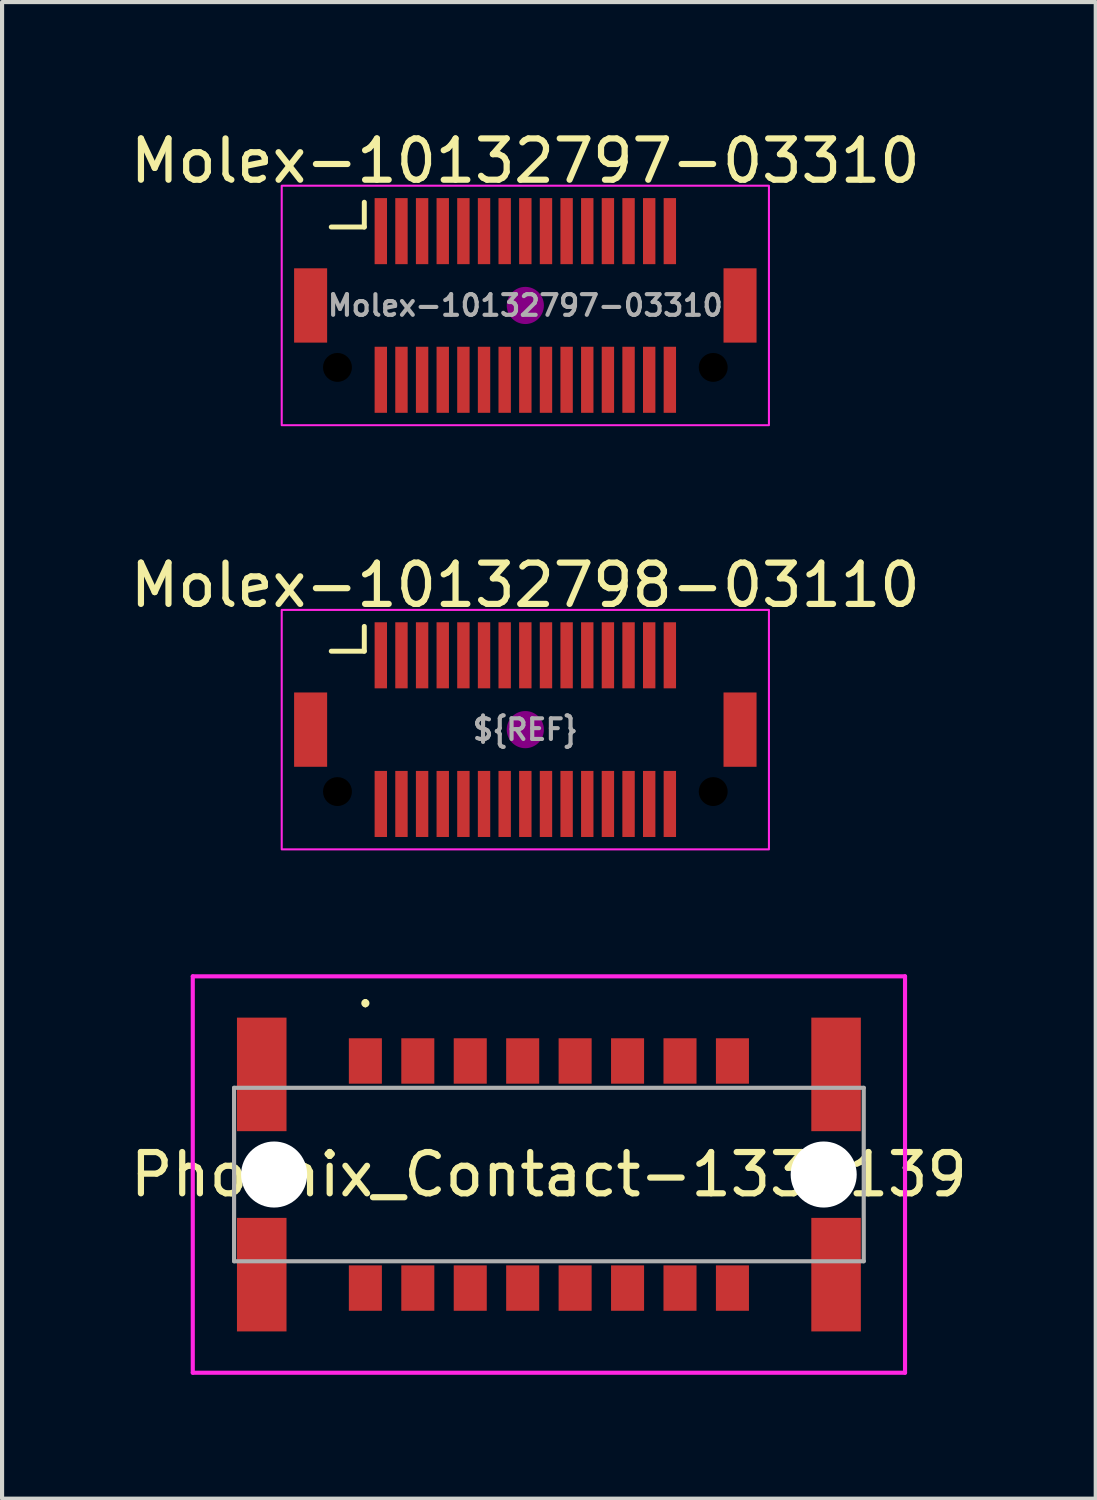
<source format=kicad_pcb>
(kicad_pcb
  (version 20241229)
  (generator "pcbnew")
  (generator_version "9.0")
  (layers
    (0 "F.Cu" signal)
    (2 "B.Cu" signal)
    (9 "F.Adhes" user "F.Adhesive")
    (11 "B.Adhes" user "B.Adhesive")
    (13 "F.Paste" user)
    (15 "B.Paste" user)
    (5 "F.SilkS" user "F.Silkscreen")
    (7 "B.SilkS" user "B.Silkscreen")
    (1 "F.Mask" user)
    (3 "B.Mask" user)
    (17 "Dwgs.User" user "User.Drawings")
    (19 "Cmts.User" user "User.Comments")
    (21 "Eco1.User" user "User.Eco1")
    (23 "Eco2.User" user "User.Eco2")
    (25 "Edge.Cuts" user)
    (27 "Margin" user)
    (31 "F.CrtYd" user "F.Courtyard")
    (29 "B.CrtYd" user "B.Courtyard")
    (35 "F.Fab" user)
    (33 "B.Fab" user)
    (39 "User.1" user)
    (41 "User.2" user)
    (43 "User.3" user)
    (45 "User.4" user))
  (footprint "Molex-10132798-03110"
    (layer "F.Cu")
    (at 9.673 14.621)
    (property "Reference" "Molex-10132798-03110" (at 0 -3.5 0) (unlocked yes) (layer "F.SilkS") (effects (font (size 1 1) (thickness 0.15))))
    (attr smd)
    (fp_line (start -3.9 -2.5) (end -3.9 -1.9) (stroke (width 0.12) (type default)) (layer "F.SilkS"))
    (fp_line (start -3.9 -1.9) (end -4.7 -1.9) (stroke (width 0.12) (type default)) (layer "F.SilkS"))
    (fp_circle (center 0 0) (end 0.4 0) (stroke (width 0.1) (type solid)) (fill yes) (layer "F.Adhes"))
    (fp_rect (start -5.9 -2.9) (end 5.9 2.9) (stroke (width 0.05) (type default)) (fill no) (layer "F.CrtYd"))
    (fp_text user "${REF}" (at 0 0 0) (unlocked yes) (layer "F.Fab") (effects (font (size 0.5 0.5) (thickness 0.1))))
    (pad "" smd rect (at -5.2 0) (size 0.8 1.8) (layers "F.Cu" "F.Mask" "F.Paste"))
    (pad "" np_thru_hole circle (at -4.55 1.5) (size 0.7 0.7) (drill 0.7) (layers "*.Mask"))
    (pad "" np_thru_hole circle (at 4.55 1.5) (size 0.7 0.7) (drill 0.7) (layers "*.Mask"))
    (pad "" smd rect (at 5.2 0) (size 0.8 1.8) (layers "F.Cu" "F.Mask" "F.Paste"))
    (pad "1" smd rect (at -3.5 -1.8) (size 0.3 1.6) (layers "F.Cu" "F.Mask" "F.Paste"))
    (pad "2" smd rect (at -3 -1.8) (size 0.3 1.6) (layers "F.Cu" "F.Mask" "F.Paste"))
    (pad "3" smd rect (at -2.5 -1.8) (size 0.3 1.6) (layers "F.Cu" "F.Mask" "F.Paste"))
    (pad "4" smd rect (at -2 -1.8) (size 0.3 1.6) (layers "F.Cu" "F.Mask" "F.Paste"))
    (pad "5" smd rect (at -1.5 -1.8) (size 0.3 1.6) (layers "F.Cu" "F.Mask" "F.Paste"))
    (pad "6" smd rect (at -1 -1.8) (size 0.3 1.6) (layers "F.Cu" "F.Mask" "F.Paste"))
    (pad "7" smd rect (at -0.5 -1.8) (size 0.3 1.6) (layers "F.Cu" "F.Mask" "F.Paste"))
    (pad "8" smd rect (at 0 -1.8) (size 0.3 1.6) (layers "F.Cu" "F.Mask" "F.Paste"))
    (pad "9" smd rect (at 0.5 -1.8) (size 0.3 1.6) (layers "F.Cu" "F.Mask" "F.Paste"))
    (pad "10" smd rect (at 1 -1.8) (size 0.3 1.6) (layers "F.Cu" "F.Mask" "F.Paste"))
    (pad "11" smd rect (at 1.5 -1.8) (size 0.3 1.6) (layers "F.Cu" "F.Mask" "F.Paste"))
    (pad "12" smd rect (at 2 -1.8) (size 0.3 1.6) (layers "F.Cu" "F.Mask" "F.Paste"))
    (pad "13" smd rect (at 2.5 -1.8) (size 0.3 1.6) (layers "F.Cu" "F.Mask" "F.Paste"))
    (pad "14" smd rect (at 3 -1.8) (size 0.3 1.6) (layers "F.Cu" "F.Mask" "F.Paste"))
    (pad "15" smd rect (at 3.5 -1.8) (size 0.3 1.6) (layers "F.Cu" "F.Mask" "F.Paste"))
    (pad "16" smd rect (at 3.5 1.8) (size 0.3 1.6) (layers "F.Cu" "F.Mask" "F.Paste"))
    (pad "17" smd rect (at 3 1.8) (size 0.3 1.6) (layers "F.Cu" "F.Mask" "F.Paste"))
    (pad "18" smd rect (at 2.5 1.8) (size 0.3 1.6) (layers "F.Cu" "F.Mask" "F.Paste"))
    (pad "19" smd rect (at 2 1.8) (size 0.3 1.6) (layers "F.Cu" "F.Mask" "F.Paste"))
    (pad "20" smd rect (at 1.5 1.8) (size 0.3 1.6) (layers "F.Cu" "F.Mask" "F.Paste"))
    (pad "21" smd rect (at 1 1.8) (size 0.3 1.6) (layers "F.Cu" "F.Mask" "F.Paste"))
    (pad "22" smd rect (at 0.5 1.8) (size 0.3 1.6) (layers "F.Cu" "F.Mask" "F.Paste"))
    (pad "23" smd rect (at 0 1.8) (size 0.3 1.6) (layers "F.Cu" "F.Mask" "F.Paste"))
    (pad "24" smd rect (at -0.5 1.8) (size 0.3 1.6) (layers "F.Cu" "F.Mask" "F.Paste"))
    (pad "25" smd rect (at -1 1.8) (size 0.3 1.6) (layers "F.Cu" "F.Mask" "F.Paste"))
    (pad "26" smd rect (at -1.5 1.8) (size 0.3 1.6) (layers "F.Cu" "F.Mask" "F.Paste"))
    (pad "27" smd rect (at -2 1.8) (size 0.3 1.6) (layers "F.Cu" "F.Mask" "F.Paste"))
    (pad "28" smd rect (at -2.5 1.8) (size 0.3 1.6) (layers "F.Cu" "F.Mask" "F.Paste"))
    (pad "29" smd rect (at -3 1.8) (size 0.3 1.6) (layers "F.Cu" "F.Mask" "F.Paste"))
    (pad "30" smd rect (at -3.5 1.8) (size 0.3 1.6) (layers "F.Cu" "F.Mask" "F.Paste")))
  (footprint "Phoenix_Contact-1337139"
    (layer "F.Cu")
    (at 10.244 25.396)
    (property "Reference" "Phoenix_Contact-1337139" (at 0 0 0) (layer "F.SilkS") (effects (font (size 1 1) (thickness 0.15))))
    (attr through_hole)
    (fp_line (start -4.445 -4.2) (end -4.445 -4.2) (stroke (width 0.1) (type solid)) (layer "F.SilkS"))
    (fp_line (start -4.445 -4.1) (end -4.445 -4.1) (stroke (width 0.1) (type solid)) (layer "F.SilkS"))
    (fp_arc (start -4.445 -4.2) (mid -4.395 -4.15) (end -4.445 -4.1) (stroke (width 0.1) (type solid)) (layer "F.SilkS"))
    (fp_arc (start -4.445 -4.1) (mid -4.495 -4.15) (end -4.445 -4.2) (stroke (width 0.1) (type solid)) (layer "F.SilkS"))
    (fp_line (start -8.625 -4.8) (end 8.625 -4.8) (stroke (width 0.1) (type solid)) (layer "F.CrtYd"))
    (fp_line (start -8.625 4.8) (end -8.625 -4.8) (stroke (width 0.1) (type solid)) (layer "F.CrtYd"))
    (fp_line (start 8.625 -4.8) (end 8.625 4.8) (stroke (width 0.1) (type solid)) (layer "F.CrtYd"))
    (fp_line (start 8.625 4.8) (end -8.625 4.8) (stroke (width 0.1) (type solid)) (layer "F.CrtYd"))
    (fp_line (start -7.625 -2.1) (end 7.625 -2.1) (stroke (width 0.1) (type solid)) (layer "F.Fab"))
    (fp_line (start -7.625 2.1) (end -7.625 -2.1) (stroke (width 0.1) (type solid)) (layer "F.Fab"))
    (fp_line (start 7.625 -2.1) (end 7.625 2.1) (stroke (width 0.1) (type solid)) (layer "F.Fab"))
    (fp_line (start 7.625 2.1) (end -7.625 2.1) (stroke (width 0.1) (type solid)) (layer "F.Fab"))
    (pad "" np_thru_hole circle (at -6.655 0) (size 1.6 1.6) (drill 1.6) (layers "*.Cu" "*.Mask"))
    (pad "" np_thru_hole circle (at 6.655 0) (size 1.6 1.6) (drill 1.6) (layers "*.Cu" "*.Mask"))
    (pad "MP" smd rect (at -6.955 -2.425) (size 1.2 2.75) (layers "F.Cu" "F.Mask" "F.Paste"))
    (pad "MP" smd rect (at -6.955 2.425) (size 1.2 2.75) (layers "F.Cu" "F.Mask" "F.Paste"))
    (pad "MP" smd rect (at 6.955 -2.425) (size 1.2 2.75) (layers "F.Cu" "F.Mask" "F.Paste"))
    (pad "MP" smd rect (at 6.955 2.425) (size 1.2 2.75) (layers "F.Cu" "F.Mask" "F.Paste"))
    (pad "a1" smd rect (at -4.445 -2.75) (size 0.8 1.1) (layers "F.Cu" "F.Mask" "F.Paste"))
    (pad "a2" smd rect (at -3.175 -2.75) (size 0.8 1.1) (layers "F.Cu" "F.Mask" "F.Paste"))
    (pad "a3" smd rect (at -1.905 -2.75) (size 0.8 1.1) (layers "F.Cu" "F.Mask" "F.Paste"))
    (pad "a4" smd rect (at -0.635 -2.75) (size 0.8 1.1) (layers "F.Cu" "F.Mask" "F.Paste"))
    (pad "a5" smd rect (at 0.635 -2.75) (size 0.8 1.1) (layers "F.Cu" "F.Mask" "F.Paste"))
    (pad "a6" smd rect (at 1.905 -2.75) (size 0.8 1.1) (layers "F.Cu" "F.Mask" "F.Paste"))
    (pad "a7" smd rect (at 3.175 -2.75) (size 0.8 1.1) (layers "F.Cu" "F.Mask" "F.Paste"))
    (pad "a8" smd rect (at 4.445 -2.75) (size 0.8 1.1) (layers "F.Cu" "F.Mask" "F.Paste"))
    (pad "b1" smd rect (at -4.445 2.75) (size 0.8 1.1) (layers "F.Cu" "F.Mask" "F.Paste"))
    (pad "b2" smd rect (at -3.175 2.75) (size 0.8 1.1) (layers "F.Cu" "F.Mask" "F.Paste"))
    (pad "b3" smd rect (at -1.905 2.75) (size 0.8 1.1) (layers "F.Cu" "F.Mask" "F.Paste"))
    (pad "b4" smd rect (at -0.635 2.75) (size 0.8 1.1) (layers "F.Cu" "F.Mask" "F.Paste"))
    (pad "b5" smd rect (at 0.635 2.75) (size 0.8 1.1) (layers "F.Cu" "F.Mask" "F.Paste"))
    (pad "b6" smd rect (at 1.905 2.75) (size 0.8 1.1) (layers "F.Cu" "F.Mask" "F.Paste"))
    (pad "b7" smd rect (at 3.175 2.75) (size 0.8 1.1) (layers "F.Cu" "F.Mask" "F.Paste"))
    (pad "b8" smd rect (at 4.445 2.75) (size 0.8 1.1) (layers "F.Cu" "F.Mask" "F.Paste")))
  (footprint "Molex-10132797-03310"
    (layer "F.Cu")
    (at 9.673 4.348)
    (property "Reference" "Molex-10132797-03310" (at 0 -3.5 0) (unlocked yes) (layer "F.SilkS") (effects (font (size 1 1) (thickness 0.15))))
    (attr smd)
    (fp_line (start -3.9 -2.5) (end -3.9 -1.9) (stroke (width 0.12) (type default)) (layer "F.SilkS"))
    (fp_line (start -3.9 -1.9) (end -4.7 -1.9) (stroke (width 0.12) (type default)) (layer "F.SilkS"))
    (fp_circle (center 0 0) (end 0.4 0) (stroke (width 0.1) (type solid)) (fill yes) (layer "F.Adhes"))
    (fp_rect (start -5.9 -2.9) (end 5.9 2.9) (stroke (width 0.05) (type default)) (fill no) (layer "F.CrtYd"))
    (fp_text user "${REFERENCE}" (at 0 0 0) (unlocked yes) (layer "F.Fab") (effects (font (size 0.5 0.5) (thickness 0.1) (bold yes))))
    (pad "" smd rect (at -5.2 0) (size 0.8 1.8) (layers "F.Cu" "F.Mask" "F.Paste"))
    (pad "" np_thru_hole circle (at -4.55 1.5) (size 0.7 0.7) (drill 0.7) (layers "*.Mask"))
    (pad "" np_thru_hole circle (at 4.55 1.5) (size 0.7 0.7) (drill 0.7) (layers "*.Mask"))
    (pad "" smd rect (at 5.2 0) (size 0.8 1.8) (layers "F.Cu" "F.Mask" "F.Paste"))
    (pad "1" smd rect (at -3.5 -1.8) (size 0.3 1.6) (layers "F.Cu" "F.Mask" "F.Paste"))
    (pad "2" smd rect (at -3 -1.8) (size 0.3 1.6) (layers "F.Cu" "F.Mask" "F.Paste"))
    (pad "3" smd rect (at -2.5 -1.8) (size 0.3 1.6) (layers "F.Cu" "F.Mask" "F.Paste"))
    (pad "4" smd rect (at -2 -1.8) (size 0.3 1.6) (layers "F.Cu" "F.Mask" "F.Paste"))
    (pad "5" smd rect (at -1.5 -1.8) (size 0.3 1.6) (layers "F.Cu" "F.Mask" "F.Paste"))
    (pad "6" smd rect (at -1 -1.8) (size 0.3 1.6) (layers "F.Cu" "F.Mask" "F.Paste"))
    (pad "7" smd rect (at -0.5 -1.8) (size 0.3 1.6) (layers "F.Cu" "F.Mask" "F.Paste"))
    (pad "8" smd rect (at 0 -1.8) (size 0.3 1.6) (layers "F.Cu" "F.Mask" "F.Paste"))
    (pad "9" smd rect (at 0.5 -1.8) (size 0.3 1.6) (layers "F.Cu" "F.Mask" "F.Paste"))
    (pad "10" smd rect (at 1 -1.8) (size 0.3 1.6) (layers "F.Cu" "F.Mask" "F.Paste"))
    (pad "11" smd rect (at 1.5 -1.8) (size 0.3 1.6) (layers "F.Cu" "F.Mask" "F.Paste"))
    (pad "12" smd rect (at 2 -1.8) (size 0.3 1.6) (layers "F.Cu" "F.Mask" "F.Paste"))
    (pad "13" smd rect (at 2.5 -1.8) (size 0.3 1.6) (layers "F.Cu" "F.Mask" "F.Paste"))
    (pad "14" smd rect (at 3 -1.8) (size 0.3 1.6) (layers "F.Cu" "F.Mask" "F.Paste"))
    (pad "15" smd rect (at 3.5 -1.8) (size 0.3 1.6) (layers "F.Cu" "F.Mask" "F.Paste"))
    (pad "16" smd rect (at 3.5 1.8) (size 0.3 1.6) (layers "F.Cu" "F.Mask" "F.Paste"))
    (pad "17" smd rect (at 3 1.8) (size 0.3 1.6) (layers "F.Cu" "F.Mask" "F.Paste"))
    (pad "18" smd rect (at 2.5 1.8) (size 0.3 1.6) (layers "F.Cu" "F.Mask" "F.Paste"))
    (pad "19" smd rect (at 2 1.8) (size 0.3 1.6) (layers "F.Cu" "F.Mask" "F.Paste"))
    (pad "20" smd rect (at 1.5 1.8) (size 0.3 1.6) (layers "F.Cu" "F.Mask" "F.Paste"))
    (pad "21" smd rect (at 1 1.8) (size 0.3 1.6) (layers "F.Cu" "F.Mask" "F.Paste"))
    (pad "22" smd rect (at 0.5 1.8) (size 0.3 1.6) (layers "F.Cu" "F.Mask" "F.Paste"))
    (pad "23" smd rect (at 0 1.8) (size 0.3 1.6) (layers "F.Cu" "F.Mask" "F.Paste"))
    (pad "24" smd rect (at -0.5 1.8) (size 0.3 1.6) (layers "F.Cu" "F.Mask" "F.Paste"))
    (pad "25" smd rect (at -1 1.8) (size 0.3 1.6) (layers "F.Cu" "F.Mask" "F.Paste"))
    (pad "26" smd rect (at -1.5 1.8) (size 0.3 1.6) (layers "F.Cu" "F.Mask" "F.Paste"))
    (pad "27" smd rect (at -2 1.8) (size 0.3 1.6) (layers "F.Cu" "F.Mask" "F.Paste"))
    (pad "28" smd rect (at -2.5 1.8) (size 0.3 1.6) (layers "F.Cu" "F.Mask" "F.Paste"))
    (pad "29" smd rect (at -3 1.8) (size 0.3 1.6) (layers "F.Cu" "F.Mask" "F.Paste"))
    (pad "30" smd rect (at -3.5 1.8) (size 0.3 1.6) (layers "F.Cu" "F.Mask" "F.Paste")))
  (gr_rect
    (start -3 -3)
    (end 23.488 33.246)
    (stroke (width 0.1) (type default))
    (fill no)
    (layer "Edge.Cuts")))
</source>
